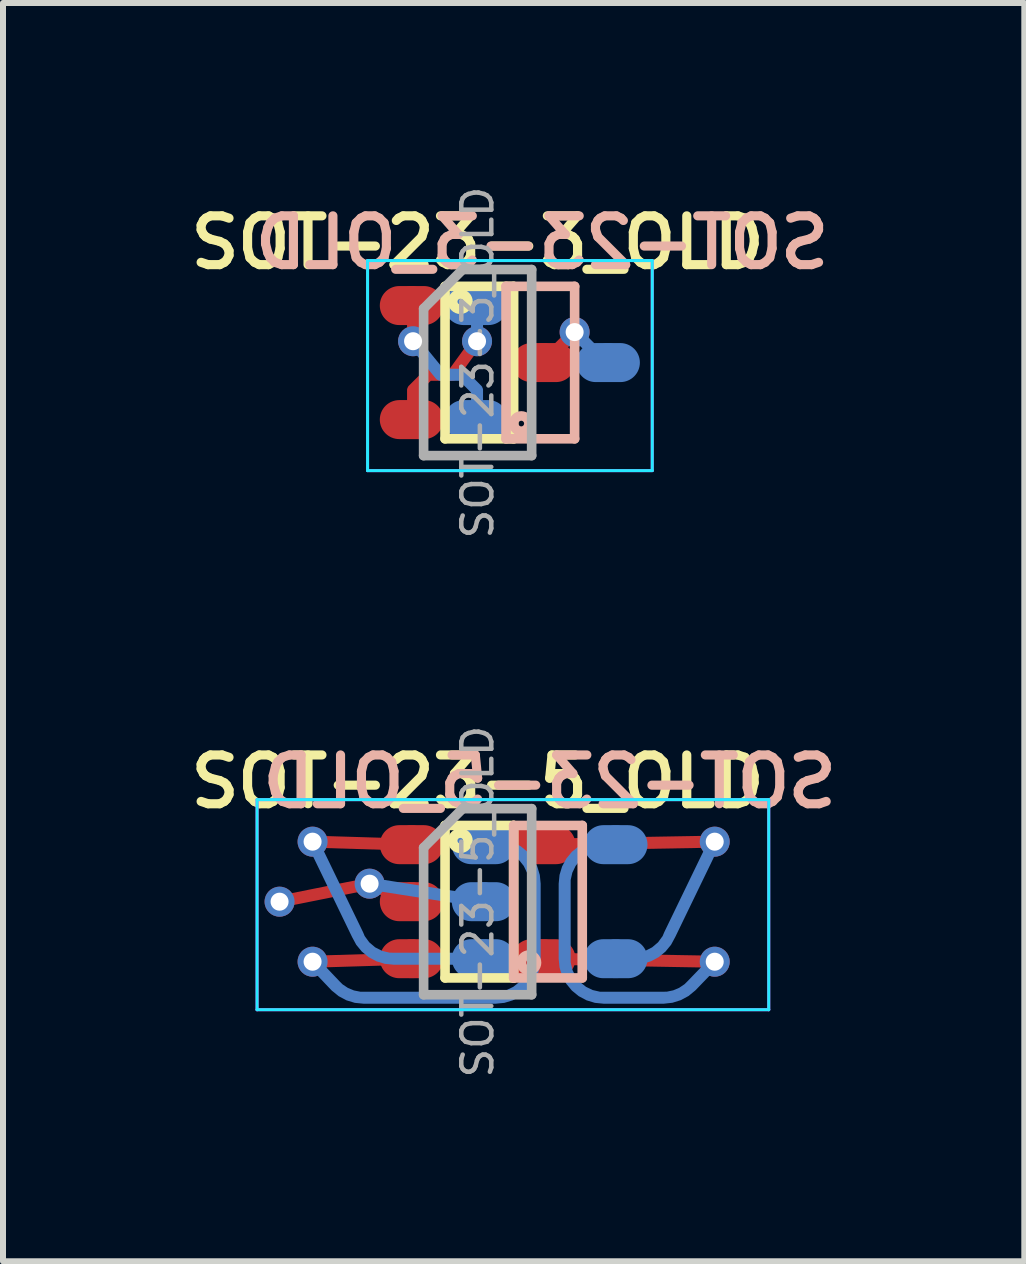
<source format=kicad_pcb>
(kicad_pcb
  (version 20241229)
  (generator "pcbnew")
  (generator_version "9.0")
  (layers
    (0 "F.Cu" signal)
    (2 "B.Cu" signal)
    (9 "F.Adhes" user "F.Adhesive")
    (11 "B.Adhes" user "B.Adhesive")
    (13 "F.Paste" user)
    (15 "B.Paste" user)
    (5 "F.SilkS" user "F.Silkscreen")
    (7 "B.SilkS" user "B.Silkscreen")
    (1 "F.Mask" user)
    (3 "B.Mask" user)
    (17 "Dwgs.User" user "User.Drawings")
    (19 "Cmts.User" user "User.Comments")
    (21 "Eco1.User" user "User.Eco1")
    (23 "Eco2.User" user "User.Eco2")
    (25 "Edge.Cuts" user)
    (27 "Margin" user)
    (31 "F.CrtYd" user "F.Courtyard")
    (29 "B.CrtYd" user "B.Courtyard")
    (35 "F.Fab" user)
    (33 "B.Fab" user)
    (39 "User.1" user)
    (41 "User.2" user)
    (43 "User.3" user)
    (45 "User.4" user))
  (footprint "SOT-23-5_OLD"
    (layer "F.Cu")
    (at 5.508 11.973)
    (property "Reference" "SOT-23-5_OLD" (at -0.6 -2 0) (layer "F.SilkS") (effects (font (size 0.813 0.813) (thickness 0.152))))
    (attr smd)
    (fp_line (start -1.143 -1.27) (end 0 -1.27) (stroke (width 0.16) (type solid)) (layer "F.SilkS"))
    (fp_line (start -1.143 1.27) (end -1.143 -1.27) (stroke (width 0.16) (type solid)) (layer "F.SilkS"))
    (fp_line (start 0 -1.27) (end 0 1.27) (stroke (width 0.16) (type solid)) (layer "F.SilkS"))
    (fp_line (start 0 1.27) (end -1.143 1.27) (stroke (width 0.16) (type solid)) (layer "F.SilkS"))
    (fp_circle (center -0.889 -1.016) (end -0.889 -0.889) (stroke (width 0.16) (type solid)) (fill no) (layer "F.SilkS"))
    (fp_line (start 0 -1.27) (end 1.143 -1.27) (stroke (width 0.16) (type solid)) (layer "B.SilkS"))
    (fp_line (start 0 1.27) (end 0 -1.27) (stroke (width 0.16) (type solid)) (layer "B.SilkS"))
    (fp_line (start 1.143 -1.27) (end 1.143 1.27) (stroke (width 0.16) (type solid)) (layer "B.SilkS"))
    (fp_line (start 1.143 1.27) (end 0 1.27) (stroke (width 0.16) (type solid)) (layer "B.SilkS"))
    (fp_circle (center 0.254 1.016) (end 0.254 1.143) (stroke (width 0.16) (type solid)) (fill no) (layer "B.SilkS"))
    (fp_line (start -4.275 -1.7) (end -4.275 1.8) (stroke (width 0.05) (type solid)) (layer "B.CrtYd"))
    (fp_line (start -4.275 1.8) (end 4.25 1.8) (stroke (width 0.05) (type solid)) (layer "B.CrtYd"))
    (fp_line (start 4.25 -1.7) (end -4.275 -1.7) (stroke (width 0.05) (type solid)) (layer "B.CrtYd"))
    (fp_line (start 4.25 -1.7) (end 4.25 1.8) (stroke (width 0.05) (type solid)) (layer "B.CrtYd"))
    (fp_line (start -4.275 -1.7) (end -4.275 1.8) (stroke (width 0.05) (type solid)) (layer "F.CrtYd"))
    (fp_line (start -4.275 1.8) (end 4.25 1.8) (stroke (width 0.05) (type solid)) (layer "F.CrtYd"))
    (fp_line (start 4.25 -1.7) (end -4.275 -1.7) (stroke (width 0.05) (type solid)) (layer "F.CrtYd"))
    (fp_line (start 4.25 -1.7) (end 4.25 1.8) (stroke (width 0.05) (type solid)) (layer "F.CrtYd"))
    (fp_line (start -1.5 -0.9) (end -1.5 1.55) (stroke (width 0.16) (type solid)) (layer "F.Fab"))
    (fp_line (start -1.5 -0.9) (end -0.85 -1.55) (stroke (width 0.16) (type solid)) (layer "F.Fab"))
    (fp_line (start 0.3 -1.55) (end -0.85 -1.55) (stroke (width 0.16) (type solid)) (layer "F.Fab"))
    (fp_line (start 0.3 -1.55) (end 0.3 1.55) (stroke (width 0.16) (type solid)) (layer "F.Fab"))
    (fp_line (start 0.3 1.55) (end -1.5 1.55) (stroke (width 0.16) (type solid)) (layer "F.Fab"))
    (fp_text user "${REFERENCE}" (at 0.6 -2 0) (layer "B.SilkS") (effects (font (size 0.813 0.813) (thickness 0.152)) (justify mirror)))
    (fp_text user "${REFERENCE}" (at -0.6 0 90) (layer "F.Fab") (effects (font (size 0.5 0.5) (thickness 0.075))))
    (pad "1" thru_hole circle (at -3.35 -1) (size 0.5 0.5) (drill 0.3) (layers "*.Cu"))
    (pad "1" smd custom (at -1.7 -0.95) (size 0.65 0.65) (layers "F.Cu") (options (anchor circle)) (primitives (gr_line (start -1.65 -0.05) (end 0 0) (width 0.2))))
    (pad "1" smd oval (at -1.7 -0.95) (size 1.06 0.65) (layers "F.Cu" "F.Mask" "F.Paste"))
    (pad "1" smd custom (at -0.5 0.95) (size 0.65 0.65) (layers "B.Cu") (options (anchor circle)) (primitives (gr_line (start -2.1 -0.4) (end -2.85 -1.95) (width 0.2)) (gr_line (start 0 0) (end -1.5 0) (width 0.2)) (gr_arc (start -1.5 0) (mid -1.860177 -0.108915) (end -2.09965 -0.399161) (width 0.2))))
    (pad "1" smd oval (at -0.5 0.95) (size 1.06 0.65) (layers "B.Cu" "B.Mask" "B.Paste"))
    (pad "2" thru_hole circle (at -3.9 0) (size 0.5 0.5) (drill 0.3) (layers "*.Cu"))
    (pad "2" thru_hole circle (at -2.4 -0.3) (size 0.5 0.5) (drill 0.3) (layers "*.Cu"))
    (pad "2" smd custom (at -1.7 0) (size 0.65 0.65) (layers "F.Cu") (options (anchor circle)) (primitives (gr_line (start -2.2 0) (end -0.7 -0.3) (width 0.2)) (gr_line (start 0 0) (end -0.7 -0.3) (width 0.2))))
    (pad "2" smd oval (at -1.7 0) (size 1.06 0.65) (layers "F.Cu" "F.Mask" "F.Paste"))
    (pad "2" smd custom (at -0.5 0) (size 0.65 0.65) (layers "B.Cu") (options (anchor circle)) (primitives (gr_line (start -1.9 -0.3) (end 0 0) (width 0.2))))
    (pad "2" smd oval (at -0.5 0) (size 1.06 0.65) (layers "B.Cu" "B.Mask" "B.Paste"))
    (pad "3" thru_hole circle (at -3.35 1) (size 0.5 0.5) (drill 0.3) (layers "*.Cu"))
    (pad "3" smd custom (at -1.7 0.95) (size 0.65 0.65) (layers "F.Cu") (options (anchor circle)) (primitives (gr_line (start -1.65 0.05) (end 0 0) (width 0.2))))
    (pad "3" smd oval (at -1.7 0.95) (size 1.06 0.65) (layers "F.Cu" "F.Mask" "F.Paste"))
    (pad "3" smd custom (at -0.5 -0.95) (size 0.65 0.65) (layers "B.Cu") (options (anchor circle)) (primitives (gr_line (start 0.85 1.9) (end 0.85 0.65) (width 0.2)) (gr_line (start -2 2.55) (end 0.2 2.55) (width 0.2)) (gr_line (start -2.46 2.36) (end -2.85 1.95) (width 0.2)) (gr_arc (start -2 2.55) (mid -2.248744 2.500522) (end -2.459619 2.359619) (width 0.2)) (gr_arc (start 0.2 0) (mid 0.659619 0.190381) (end 0.85 0.65) (width 0.2)) (gr_arc (start 0.85 1.9) (mid 0.659619 2.359619) (end 0.2 2.55) (width 0.2))))
    (pad "3" smd oval (at -0.5 -0.95) (size 1.06 0.65) (layers "B.Cu" "B.Mask" "B.Paste"))
    (pad "4" smd custom (at 0.5 0.95) (size 0.65 0.65) (layers "F.Cu") (options (anchor circle)) (primitives (gr_line (start 2.85 0.05) (end 0 0) (width 0.2))))
    (pad "4" smd oval (at 0.5 0.95) (size 1.06 0.65) (layers "F.Cu" "F.Mask" "F.Paste"))
    (pad "4" smd custom (at 1.7 -0.95) (size 0.65 0.65) (layers "B.Cu") (options (anchor circle)) (primitives (gr_line (start -0.85 1.9) (end -0.85 0.65) (width 0.2)) (gr_line (start 0.8 2.55) (end -0.2 2.55) (width 0.2)) (gr_line (start 1.65 1.95) (end 1.257 2.357) (width 0.2)) (gr_arc (start -0.85 0.65) (mid -0.659619 0.190381) (end -0.2 0) (width 0.2)) (gr_arc (start 1.256326 2.357377) (mid 1.046928 2.498142) (end 0.8 2.55) (width 0.2)) (gr_arc (start -0.2 2.55) (mid -0.659619 2.359619) (end -0.85 1.9) (width 0.2))))
    (pad "4" smd oval (at 1.7 -0.95) (size 1.06 0.65) (layers "B.Cu" "B.Mask" "B.Paste"))
    (pad "4" thru_hole circle (at 3.35 1) (size 0.5 0.5) (drill 0.3) (layers "*.Cu"))
    (pad "5" smd custom (at 0.5 -0.95) (size 0.65 0.65) (layers "F.Cu") (options (anchor circle)) (primitives (gr_line (start 2.85 -0.05) (end 0 0) (width 0.2))))
    (pad "5" smd oval (at 0.5 -0.95) (size 1.06 0.65) (layers "F.Cu" "F.Mask" "F.Paste"))
    (pad "5" smd custom (at 1.7 0.95) (size 0.65 0.65) (layers "B.Cu") (options (anchor circle)) (primitives (gr_line (start 0.9 -0.4) (end 1.65 -1.95) (width 0.2)) (gr_arc (start 0.89965 -0.399161) (mid 0.660177 -0.108915) (end 0.3 0) (width 0.2))))
    (pad "5" smd oval (at 1.7 0.95) (size 1.06 0.65) (layers "B.Cu" "B.Mask" "B.Paste"))
    (pad "5" thru_hole circle (at 3.35 -1) (size 0.5 0.5) (drill 0.3) (layers "*.Cu")))
  (footprint "SOT-23-3_OLD"
    (layer "F.Cu")
    (at 5.508 2.991)
    (property "Reference" "SOT-23-3_OLD" (at -0.6 -2 0) (layer "F.SilkS") (effects (font (size 0.813 0.813) (thickness 0.152))))
    (attr smd)
    (fp_line (start -1.143 -1.27) (end 0 -1.27) (stroke (width 0.16) (type solid)) (layer "F.SilkS"))
    (fp_line (start -1.143 1.27) (end -1.143 -1.27) (stroke (width 0.16) (type solid)) (layer "F.SilkS"))
    (fp_line (start 0 -1.27) (end 0 1.27) (stroke (width 0.16) (type solid)) (layer "F.SilkS"))
    (fp_line (start 0 1.27) (end -1.143 1.27) (stroke (width 0.16) (type solid)) (layer "F.SilkS"))
    (fp_circle (center -0.889 -1.016) (end -0.889 -0.889) (stroke (width 0.16) (type solid)) (fill no) (layer "F.SilkS"))
    (fp_line (start -0.127 -1.27) (end 1.016 -1.27) (stroke (width 0.16) (type solid)) (layer "B.SilkS"))
    (fp_line (start -0.127 1.27) (end -0.127 -1.27) (stroke (width 0.16) (type solid)) (layer "B.SilkS"))
    (fp_line (start 1.016 -1.27) (end 1.016 1.27) (stroke (width 0.16) (type solid)) (layer "B.SilkS"))
    (fp_line (start 1.016 1.27) (end -0.127 1.27) (stroke (width 0.16) (type solid)) (layer "B.SilkS"))
    (fp_circle (center 0.127 1.016) (end 0.127 1.143) (stroke (width 0.16) (type solid)) (fill no) (layer "B.SilkS"))
    (fp_line (start -2.434 -1.7) (end -2.434 1.8) (stroke (width 0.05) (type solid)) (layer "B.CrtYd"))
    (fp_line (start -2.434 1.8) (end 2.309 1.8) (stroke (width 0.05) (type solid)) (layer "B.CrtYd"))
    (fp_line (start 2.309 -1.7) (end -2.434 -1.7) (stroke (width 0.05) (type solid)) (layer "B.CrtYd"))
    (fp_line (start 2.309 1.8) (end 2.309 -1.7) (stroke (width 0.05) (type solid)) (layer "B.CrtYd"))
    (fp_line (start -2.434 -1.7) (end -2.434 1.8) (stroke (width 0.05) (type solid)) (layer "F.CrtYd"))
    (fp_line (start -2.434 1.8) (end 2.309 1.8) (stroke (width 0.05) (type solid)) (layer "F.CrtYd"))
    (fp_line (start 2.309 -1.7) (end -2.434 -1.7) (stroke (width 0.05) (type solid)) (layer "F.CrtYd"))
    (fp_line (start 2.309 1.8) (end 2.309 -1.7) (stroke (width 0.05) (type solid)) (layer "F.CrtYd"))
    (fp_line (start -1.5 -0.9) (end -1.5 1.55) (stroke (width 0.16) (type solid)) (layer "F.Fab"))
    (fp_line (start -1.5 -0.9) (end -0.85 -1.55) (stroke (width 0.16) (type solid)) (layer "F.Fab"))
    (fp_line (start 0.3 -1.55) (end -0.85 -1.55) (stroke (width 0.16) (type solid)) (layer "F.Fab"))
    (fp_line (start 0.3 -1.55) (end 0.3 1.55) (stroke (width 0.16) (type solid)) (layer "F.Fab"))
    (fp_line (start 0.3 1.55) (end -1.5 1.55) (stroke (width 0.16) (type solid)) (layer "F.Fab"))
    (fp_text user "${REFERENCE}" (at 0.473 -2 0) (layer "B.SilkS") (effects (font (size 0.813 0.813) (thickness 0.152)) (justify mirror)))
    (fp_text user "${REFERENCE}" (at -0.6 0 90) (layer "F.Fab") (effects (font (size 0.5 0.5) (thickness 0.075))))
    (pad "1" smd custom (at -1.7 -0.95) (size 0.65 0.65) (layers "F.Cu") (options (anchor circle)) (primitives (gr_line (start 0.024 -0.015) (end 0.024 0.594) (width 0.2))))
    (pad "1" smd oval (at -1.7 -0.95) (size 1.06 0.65) (layers "F.Cu" "F.Mask" "F.Paste"))
    (pad "1" thru_hole circle (at -1.676 -0.356) (size 0.5 0.5) (drill 0.3) (layers "*.Cu"))
    (pad "1" smd custom (at -0.627 0.95) (size 0.65 0.65) (layers "B.Cu") (options (anchor circle)) (primitives (gr_line (start -0.592 -0.747) (end -0.237 -0.747) (width 0.2)) (gr_line (start -1.049 -1.306) (end -0.592 -0.747) (width 0.2)) (gr_line (start -0.237 -0.747) (end 0.017 -0.493) (width 0.2)) (gr_line (start 0.017 -0.493) (end 0.017 0.015) (width 0.2))))
    (pad "1" smd oval (at -0.627 0.95) (size 1.06 0.65) (layers "B.Cu" "B.Mask" "B.Paste"))
    (pad "2" smd custom (at -1.7 0.95) (size 0.65 0.65) (layers "F.Cu") (options (anchor circle)) (primitives (gr_line (start 0.684 -0.747) (end 0.278 -0.747) (width 0.2)) (gr_line (start 1.09 -1.306) (end 0.684 -0.747) (width 0.2)) (gr_line (start 0.024 -0.493) (end 0.024 0.015) (width 0.2)) (gr_line (start 0.278 -0.747) (end 0.024 -0.493) (width 0.2))))
    (pad "2" smd oval (at -1.7 0.95) (size 1.06 0.65) (layers "F.Cu" "F.Mask" "F.Paste"))
    (pad "2" smd custom (at -0.627 -0.95) (size 0.65 0.65) (layers "B.Cu") (options (anchor circle)) (primitives (gr_line (start 0.017 -0.015) (end 0.017 0.594) (width 0.2))))
    (pad "2" smd oval (at -0.627 -0.95) (size 1.06 0.65) (layers "B.Cu" "B.Mask" "B.Paste"))
    (pad "2" thru_hole circle (at -0.61 -0.356) (size 0.5 0.5) (drill 0.3) (layers "*.Cu"))
    (pad "3" smd custom (at 0.5 0) (size 0.65 0.65) (layers "F.Cu") (options (anchor circle)) (primitives (gr_line (start 0.008 0) (end 0.516 -0.508) (width 0.2))))
    (pad "3" smd oval (at 0.5 0) (size 1.06 0.65) (layers "F.Cu" "F.Mask" "F.Paste"))
    (pad "3" thru_hole circle (at 1.016 -0.508) (size 0.5 0.5) (drill 0.3) (layers "*.Cu"))
    (pad "3" smd custom (at 1.573 0) (size 0.65 0.65) (layers "B.Cu") (options (anchor circle)) (primitives (gr_line (start -0.557 -0.508) (end -0.049 0) (width 0.2))))
    (pad "3" smd oval (at 1.573 0) (size 1.06 0.65) (layers "B.Cu" "B.Mask" "B.Paste")))
  (gr_rect
    (start -3 -3)
    (end 14.016 17.964)
    (stroke (width 0.1) (type default))
    (fill no)
    (layer "Edge.Cuts")))
</source>
